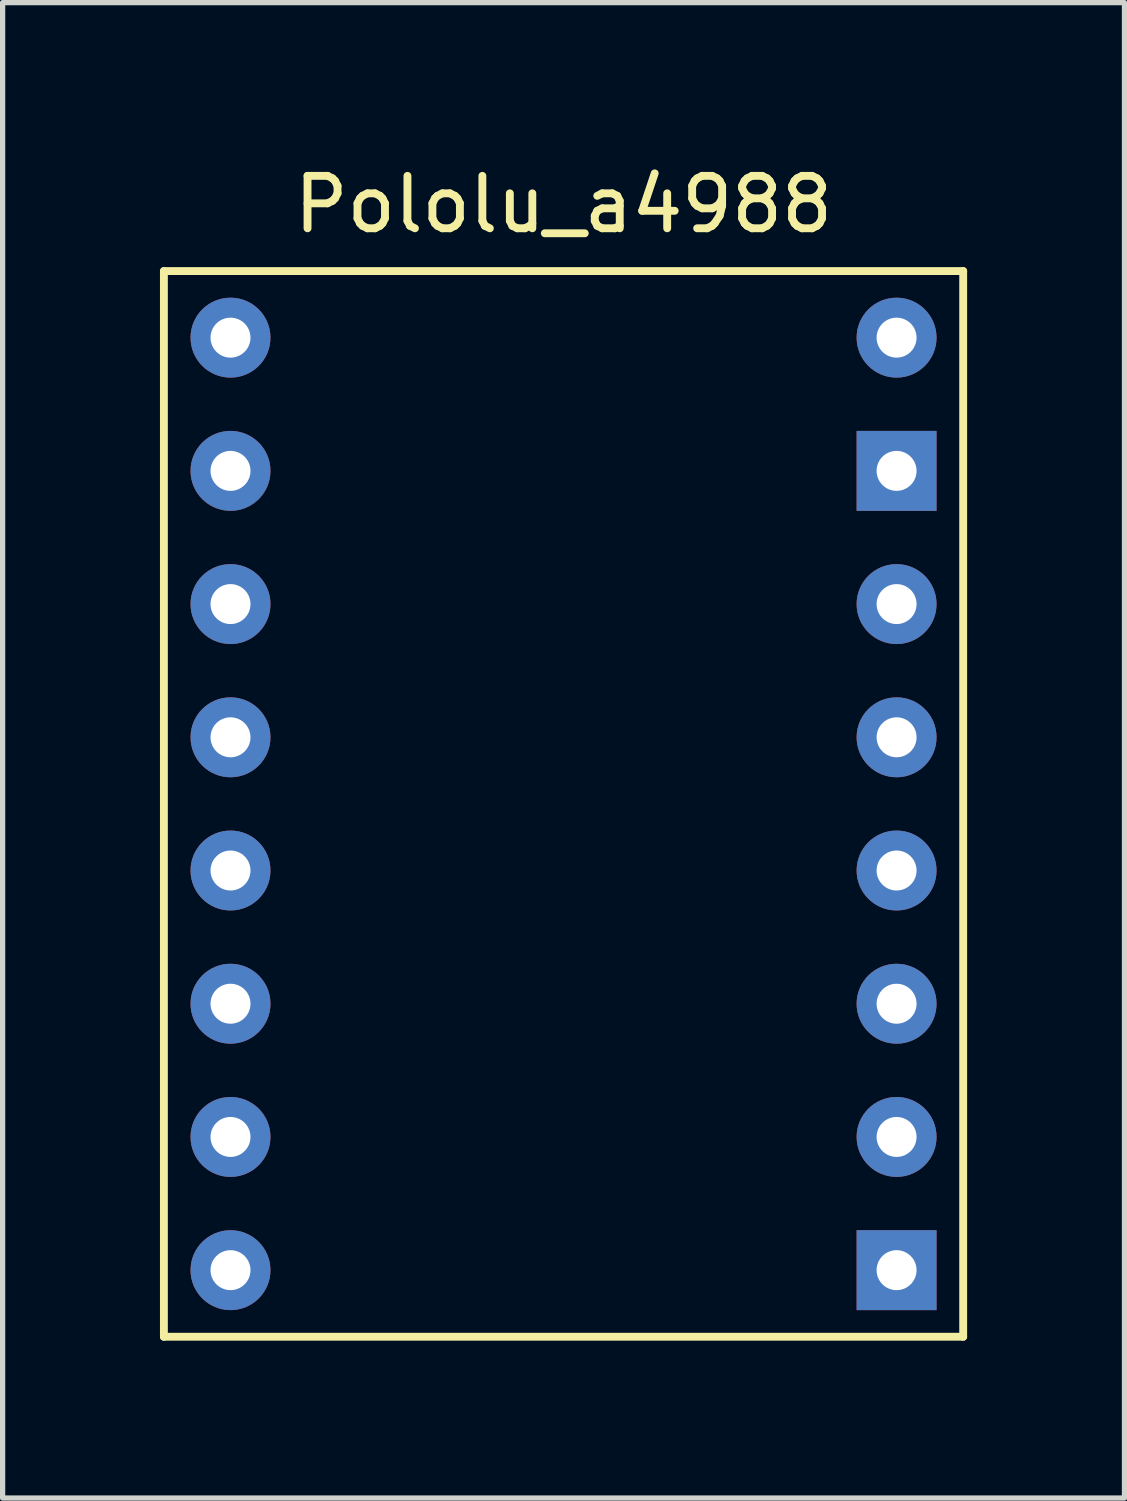
<source format=kicad_pcb>
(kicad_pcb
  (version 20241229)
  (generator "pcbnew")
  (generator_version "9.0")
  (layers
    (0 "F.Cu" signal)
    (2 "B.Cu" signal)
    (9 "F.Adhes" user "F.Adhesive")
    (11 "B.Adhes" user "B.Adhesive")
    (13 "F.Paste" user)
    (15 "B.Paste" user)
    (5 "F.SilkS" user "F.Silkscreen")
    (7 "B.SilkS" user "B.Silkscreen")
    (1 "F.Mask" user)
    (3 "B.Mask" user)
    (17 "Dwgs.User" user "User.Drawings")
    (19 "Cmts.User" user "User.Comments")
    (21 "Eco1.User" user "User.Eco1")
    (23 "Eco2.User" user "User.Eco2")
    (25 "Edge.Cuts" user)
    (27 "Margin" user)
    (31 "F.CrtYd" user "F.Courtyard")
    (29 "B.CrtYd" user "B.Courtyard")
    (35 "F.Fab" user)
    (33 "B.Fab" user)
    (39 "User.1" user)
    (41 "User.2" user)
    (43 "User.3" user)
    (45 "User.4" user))
  (footprint "Pololu_a4988"
    (layer "F.Cu")
    (at 7.695 12.278)
    (property "Reference" "Pololu_a4988" (at 0 -11.43 0) (layer "F.SilkS") (effects (font (size 1 1) (thickness 0.15))))
    (attr through_hole)
    (fp_line (start -7.62 -10.16) (end -7.62 10.16) (stroke (width 0.15) (type solid)) (layer "F.SilkS"))
    (fp_line (start -7.62 10.16) (end 7.62 10.16) (stroke (width 0.15) (type solid)) (layer "F.SilkS"))
    (fp_line (start 7.62 -10.16) (end -7.62 -10.16) (stroke (width 0.15) (type solid)) (layer "F.SilkS"))
    (fp_line (start 7.62 10.16) (end 7.62 -10.16) (stroke (width 0.15) (type solid)) (layer "F.SilkS"))
    (pad "1" thru_hole rect (at 6.35 8.89) (size 1.524 1.524) (drill 0.762) (layers "*.Cu" "*.Mask"))
    (pad "2" thru_hole circle (at 6.35 6.35) (size 1.524 1.524) (drill 0.762) (layers "*.Cu" "*.Mask"))
    (pad "3" thru_hole circle (at 6.35 3.81) (size 1.524 1.524) (drill 0.762) (layers "*.Cu" "*.Mask"))
    (pad "4" thru_hole circle (at 6.35 1.27) (size 1.524 1.524) (drill 0.762) (layers "*.Cu" "*.Mask"))
    (pad "5" thru_hole circle (at 6.35 -1.27) (size 1.524 1.524) (drill 0.762) (layers "*.Cu" "*.Mask"))
    (pad "6" thru_hole circle (at 6.35 -3.81) (size 1.524 1.524) (drill 0.762) (layers "*.Cu" "*.Mask"))
    (pad "7" thru_hole rect (at 6.35 -6.35) (size 1.524 1.524) (drill 0.762) (layers "*.Cu" "*.Mask"))
    (pad "8" thru_hole circle (at 6.35 -8.89) (size 1.524 1.524) (drill 0.762) (layers "*.Cu" "*.Mask"))
    (pad "9" thru_hole circle (at -6.35 -8.89) (size 1.524 1.524) (drill 0.762) (layers "*.Cu" "*.Mask"))
    (pad "10" thru_hole circle (at -6.35 -6.35) (size 1.524 1.524) (drill 0.762) (layers "*.Cu" "*.Mask"))
    (pad "11" thru_hole circle (at -6.35 -3.81) (size 1.524 1.524) (drill 0.762) (layers "*.Cu" "*.Mask"))
    (pad "12" thru_hole circle (at -6.35 -1.27) (size 1.524 1.524) (drill 0.762) (layers "*.Cu" "*.Mask"))
    (pad "13" thru_hole circle (at -6.35 1.27) (size 1.524 1.524) (drill 0.762) (layers "*.Cu" "*.Mask"))
    (pad "14" thru_hole circle (at -6.35 3.81) (size 1.524 1.524) (drill 0.762) (layers "*.Cu" "*.Mask"))
    (pad "15" thru_hole circle (at -6.35 6.35) (size 1.524 1.524) (drill 0.762) (layers "*.Cu" "*.Mask"))
    (pad "16" thru_hole circle (at -6.35 8.89) (size 1.524 1.524) (drill 0.762) (layers "*.Cu" "*.Mask")))
  (gr_rect
    (start -3 -3)
    (end 18.39 25.513)
    (stroke (width 0.1) (type default))
    (fill no)
    (layer "Edge.Cuts")))
</source>
